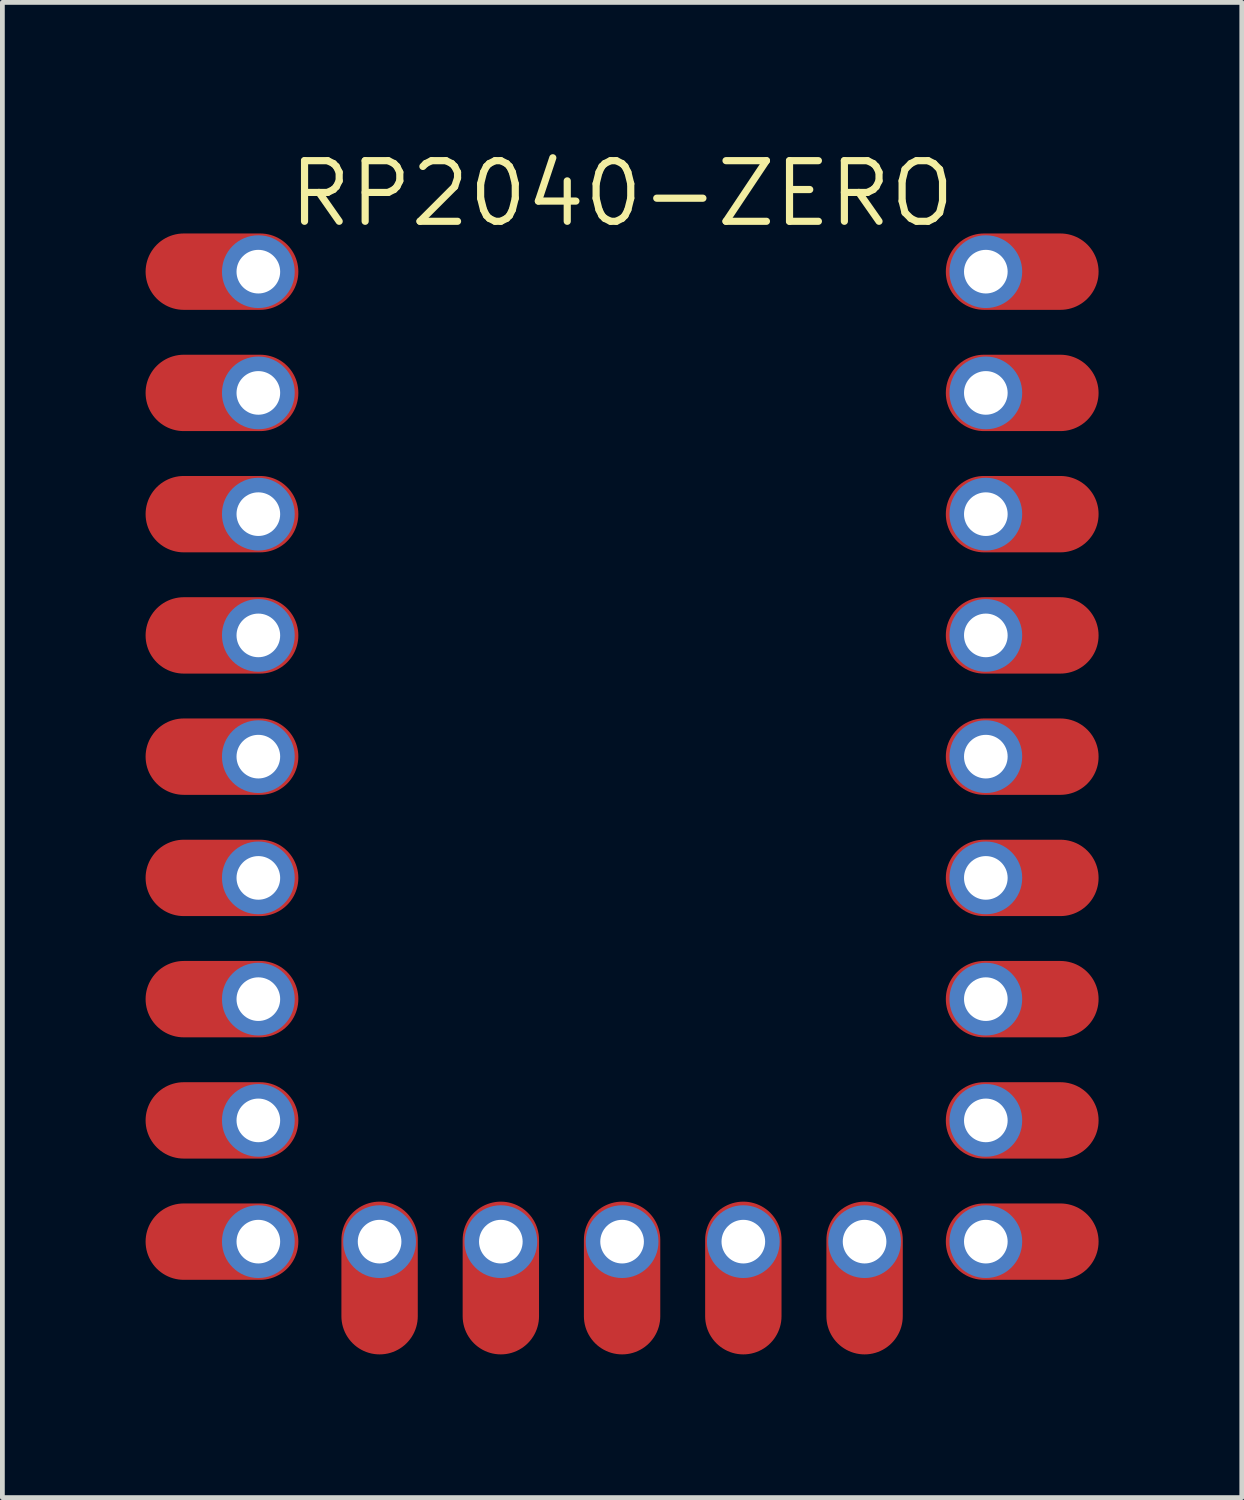
<source format=kicad_pcb>
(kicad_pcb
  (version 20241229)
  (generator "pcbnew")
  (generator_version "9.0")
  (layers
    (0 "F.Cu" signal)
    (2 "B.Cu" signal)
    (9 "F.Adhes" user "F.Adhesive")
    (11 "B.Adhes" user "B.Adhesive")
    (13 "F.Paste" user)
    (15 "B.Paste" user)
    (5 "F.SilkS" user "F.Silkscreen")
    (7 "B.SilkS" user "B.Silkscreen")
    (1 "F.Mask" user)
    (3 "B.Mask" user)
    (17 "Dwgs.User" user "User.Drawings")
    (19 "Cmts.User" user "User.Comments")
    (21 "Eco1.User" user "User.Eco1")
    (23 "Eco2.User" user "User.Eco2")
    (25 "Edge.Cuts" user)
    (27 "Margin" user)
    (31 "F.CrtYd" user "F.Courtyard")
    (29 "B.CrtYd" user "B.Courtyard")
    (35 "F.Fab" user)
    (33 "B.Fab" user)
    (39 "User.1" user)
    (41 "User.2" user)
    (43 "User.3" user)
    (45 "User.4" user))
  (footprint "RP2040-ZERO"
    (layer "F.Cu")
    (at 9.093 12.166)
    (property "Reference" "RP2040-ZERO" (at 0.889 -11.16 0) (layer "F.SilkS") (effects (font (size 1.27 1.27) (thickness 0.15))))
    (pad "0" thru_hole oval (at 8.509 -9.525) (size 1.524 1.524) (drill 0.914) (layers "*.Cu" "*.Mask"))
    (pad "0" smd oval (at 9.271 -9.525) (size 3.2 1.6) (layers "F.Cu" "F.Mask" "F.Paste"))
    (pad "1" thru_hole oval (at 8.509 -6.985) (size 1.524 1.524) (drill 0.914) (layers "*.Cu" "*.Mask"))
    (pad "1" smd oval (at 9.271 -6.985) (size 3.2 1.6) (layers "F.Cu" "F.Mask" "F.Paste"))
    (pad "2" thru_hole oval (at 8.509 -4.445) (size 1.524 1.524) (drill 0.914) (layers "*.Cu" "*.Mask"))
    (pad "2" smd oval (at 9.271 -4.445) (size 3.2 1.6) (layers "F.Cu" "F.Mask" "F.Paste"))
    (pad "3" thru_hole oval (at 8.509 -1.905) (size 1.524 1.524) (drill 0.914) (layers "*.Cu" "*.Mask"))
    (pad "3" smd oval (at 9.271 -1.905) (size 3.2 1.6) (layers "F.Cu" "F.Mask" "F.Paste"))
    (pad "4" thru_hole oval (at 8.509 0.635) (size 1.524 1.524) (drill 0.914) (layers "*.Cu" "*.Mask"))
    (pad "4" smd oval (at 9.271 0.635) (size 3.2 1.6) (layers "F.Cu" "F.Mask" "F.Paste"))
    (pad "5" thru_hole oval (at 8.509 3.175) (size 1.524 1.524) (drill 0.914) (layers "*.Cu" "*.Mask"))
    (pad "5" smd oval (at 9.271 3.175) (size 3.2 1.6) (layers "F.Cu" "F.Mask" "F.Paste"))
    (pad "6" thru_hole oval (at 8.509 5.715) (size 1.524 1.524) (drill 0.914) (layers "*.Cu" "*.Mask"))
    (pad "6" smd oval (at 9.271 5.715) (size 3.2 1.6) (layers "F.Cu" "F.Mask" "F.Paste"))
    (pad "7" thru_hole oval (at 8.509 8.255) (size 1.524 1.524) (drill 0.914) (layers "*.Cu" "*.Mask"))
    (pad "7" smd oval (at 9.271 8.255) (size 3.2 1.6) (layers "F.Cu" "F.Mask" "F.Paste"))
    (pad "8" thru_hole oval (at 8.509 10.795) (size 1.524 1.524) (drill 0.914) (layers "*.Cu" "*.Mask"))
    (pad "8" smd oval (at 9.271 10.795) (size 3.2 1.6) (layers "F.Cu" "F.Mask" "F.Paste"))
    (pad "9" thru_hole oval (at 5.969 10.795) (size 1.524 1.524) (drill 0.914) (layers "*.Cu" "*.Mask"))
    (pad "9" smd oval (at 5.969 11.557 90) (size 3.2 1.6) (layers "F.Cu" "F.Mask" "F.Paste"))
    (pad "10" thru_hole oval (at 3.429 10.795) (size 1.524 1.524) (drill 0.914) (layers "*.Cu" "*.Mask"))
    (pad "10" smd oval (at 3.429 11.557 90) (size 3.2 1.6) (layers "F.Cu" "F.Mask" "F.Paste"))
    (pad "11" thru_hole oval (at 0.889 10.795) (size 1.524 1.524) (drill 0.914) (layers "*.Cu" "*.Mask"))
    (pad "11" smd oval (at 0.889 11.557 90) (size 3.2 1.6) (layers "F.Cu" "F.Mask" "F.Paste"))
    (pad "12" thru_hole oval (at -1.651 10.795) (size 1.524 1.524) (drill 0.914) (layers "*.Cu" "*.Mask"))
    (pad "12" smd oval (at -1.651 11.557 90) (size 3.2 1.6) (layers "F.Cu" "F.Mask" "F.Paste"))
    (pad "13" thru_hole oval (at -4.191 10.795) (size 1.524 1.524) (drill 0.914) (layers "*.Cu" "*.Mask"))
    (pad "13" smd oval (at -4.191 11.557 90) (size 3.2 1.6) (layers "F.Cu" "F.Mask" "F.Paste"))
    (pad "14" smd oval (at -7.493 10.795) (size 3.2 1.6) (layers "F.Cu" "F.Mask" "F.Paste"))
    (pad "14" thru_hole oval (at -6.731 10.795) (size 1.524 1.524) (drill 0.914) (layers "*.Cu" "*.Mask"))
    (pad "15" smd oval (at -7.493 8.255) (size 3.2 1.6) (layers "F.Cu" "F.Mask" "F.Paste"))
    (pad "15" thru_hole oval (at -6.731 8.255) (size 1.524 1.524) (drill 0.914) (layers "*.Cu" "*.Mask"))
    (pad "16" smd oval (at -7.493 5.715) (size 3.2 1.6) (layers "F.Cu" "F.Mask" "F.Paste"))
    (pad "16" thru_hole oval (at -6.731 5.715) (size 1.524 1.524) (drill 0.914) (layers "*.Cu" "*.Mask"))
    (pad "17" smd oval (at -7.493 3.175) (size 3.2 1.6) (layers "F.Cu" "F.Mask" "F.Paste"))
    (pad "17" thru_hole oval (at -6.731 3.175) (size 1.524 1.524) (drill 0.914) (layers "*.Cu" "*.Mask"))
    (pad "18" smd oval (at -7.493 0.635) (size 3.2 1.6) (layers "F.Cu" "F.Mask" "F.Paste"))
    (pad "18" thru_hole oval (at -6.731 0.635) (size 1.524 1.524) (drill 0.914) (layers "*.Cu" "*.Mask"))
    (pad "19" smd oval (at -7.493 -1.905) (size 3.2 1.6) (layers "F.Cu" "F.Mask" "F.Paste"))
    (pad "19" thru_hole oval (at -6.731 -1.905) (size 1.524 1.524) (drill 0.914) (layers "*.Cu" "*.Mask"))
    (pad "20" smd oval (at -7.493 -4.445) (size 3.2 1.6) (layers "F.Cu" "F.Mask" "F.Paste"))
    (pad "20" thru_hole oval (at -6.731 -4.445) (size 1.524 1.524) (drill 0.914) (layers "*.Cu" "*.Mask"))
    (pad "21" smd oval (at -7.493 -6.985) (size 3.2 1.6) (layers "F.Cu" "F.Mask" "F.Paste"))
    (pad "21" thru_hole oval (at -6.731 -6.985) (size 1.524 1.524) (drill 0.914) (layers "*.Cu" "*.Mask"))
    (pad "22" smd oval (at -7.493 -9.525) (size 3.2 1.6) (layers "F.Cu" "F.Mask" "F.Paste"))
    (pad "22" thru_hole oval (at -6.731 -9.525) (size 1.524 1.524) (drill 0.914) (layers "*.Cu" "*.Mask")))
  (gr_rect
    (start -3 -3)
    (end 22.964 28.323)
    (stroke (width 0.1) (type default))
    (fill no)
    (layer "Edge.Cuts")))
</source>
